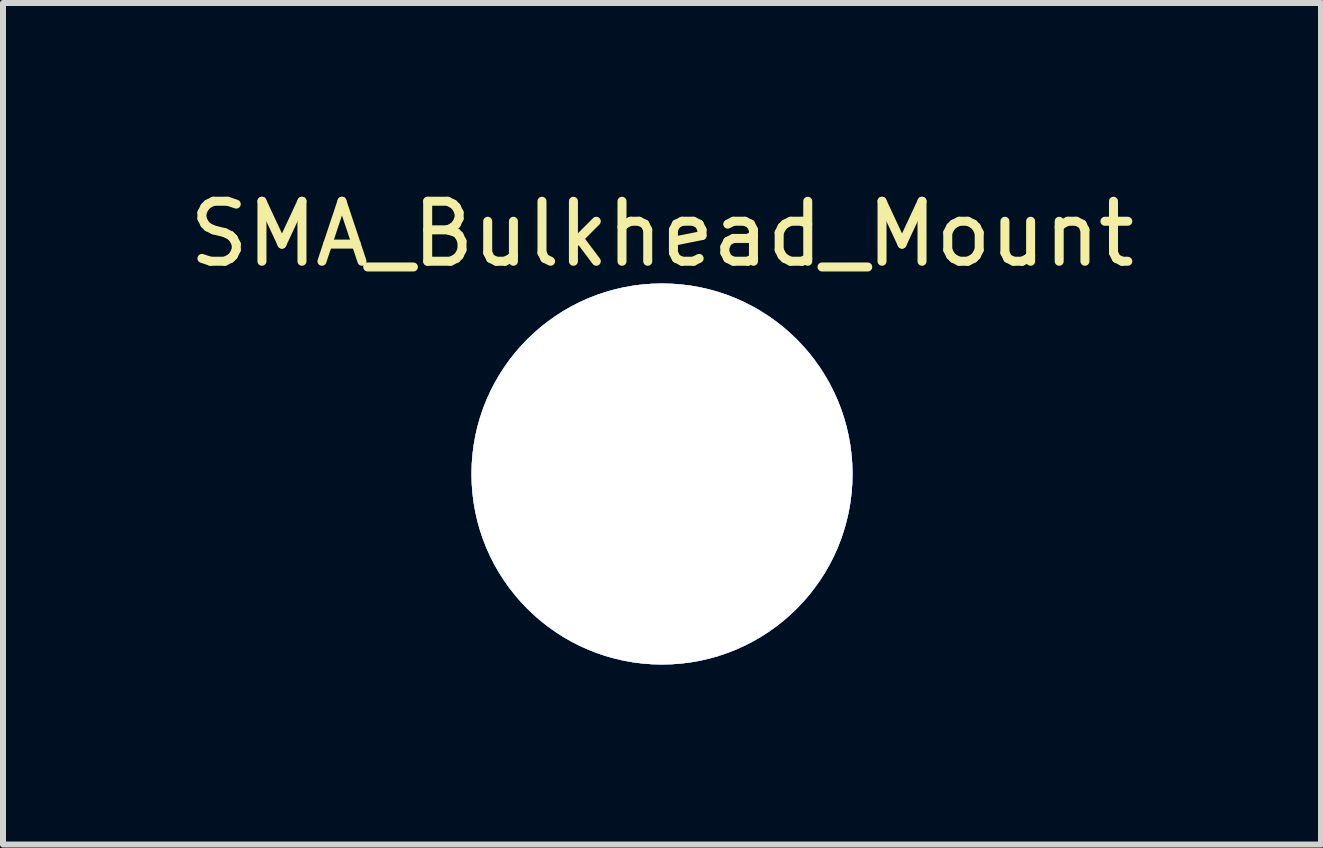
<source format=kicad_pcb>
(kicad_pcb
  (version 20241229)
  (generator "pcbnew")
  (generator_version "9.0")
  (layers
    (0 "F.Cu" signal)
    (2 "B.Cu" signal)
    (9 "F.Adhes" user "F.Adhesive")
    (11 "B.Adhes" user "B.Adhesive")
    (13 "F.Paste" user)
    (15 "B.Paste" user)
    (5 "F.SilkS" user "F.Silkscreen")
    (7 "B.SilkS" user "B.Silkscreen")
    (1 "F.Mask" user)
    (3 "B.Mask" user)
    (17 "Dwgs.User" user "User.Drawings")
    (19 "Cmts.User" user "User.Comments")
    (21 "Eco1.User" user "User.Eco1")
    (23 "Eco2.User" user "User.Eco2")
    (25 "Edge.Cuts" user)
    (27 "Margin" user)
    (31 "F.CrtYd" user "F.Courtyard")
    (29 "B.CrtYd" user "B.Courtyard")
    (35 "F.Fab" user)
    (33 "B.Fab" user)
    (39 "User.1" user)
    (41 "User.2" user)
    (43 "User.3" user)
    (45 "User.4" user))
  (footprint "SMA_Bulkhead_Mount"
    (layer "F.Cu")
    (at 7.982 4.849)
    (property "Reference" "SMA_Bulkhead_Mount" (at 0 -4 0) (layer "F.SilkS") (effects (font (size 1 1) (thickness 0.15))))
    (attr through_hole)
    (fp_circle (center 0 0) (end 3.1 0) (stroke (width 0.15) (type solid)) (fill no) (layer "B.CrtYd"))
    (fp_circle (center 0 0) (end 3.1 0) (stroke (width 0.15) (type solid)) (fill no) (layer "F.CrtYd"))
    (fp_circle (center 0 0) (end 1.375 0) (stroke (width 0.15) (type solid)) (fill no) (layer "B.Fab"))
    (fp_circle (center 0 0) (end 3.1 0) (stroke (width 0.15) (type solid)) (fill no) (layer "B.Fab"))
    (fp_circle (center 0 0) (end 1.375 0) (stroke (width 0.15) (type solid)) (fill no) (layer "F.Fab"))
    (fp_circle (center 0 0) (end 3.1 0) (stroke (width 0.15) (type solid)) (fill no) (layer "F.Fab"))
    (pad "" np_thru_hole circle (at 0 0) (size 6.35 6.35) (drill 6.35) (layers "*.Cu" "*.Mask")))
  (gr_rect
    (start -3 -3)
    (end 18.964 11.024)
    (stroke (width 0.1) (type default))
    (fill no)
    (layer "Edge.Cuts")))
</source>
